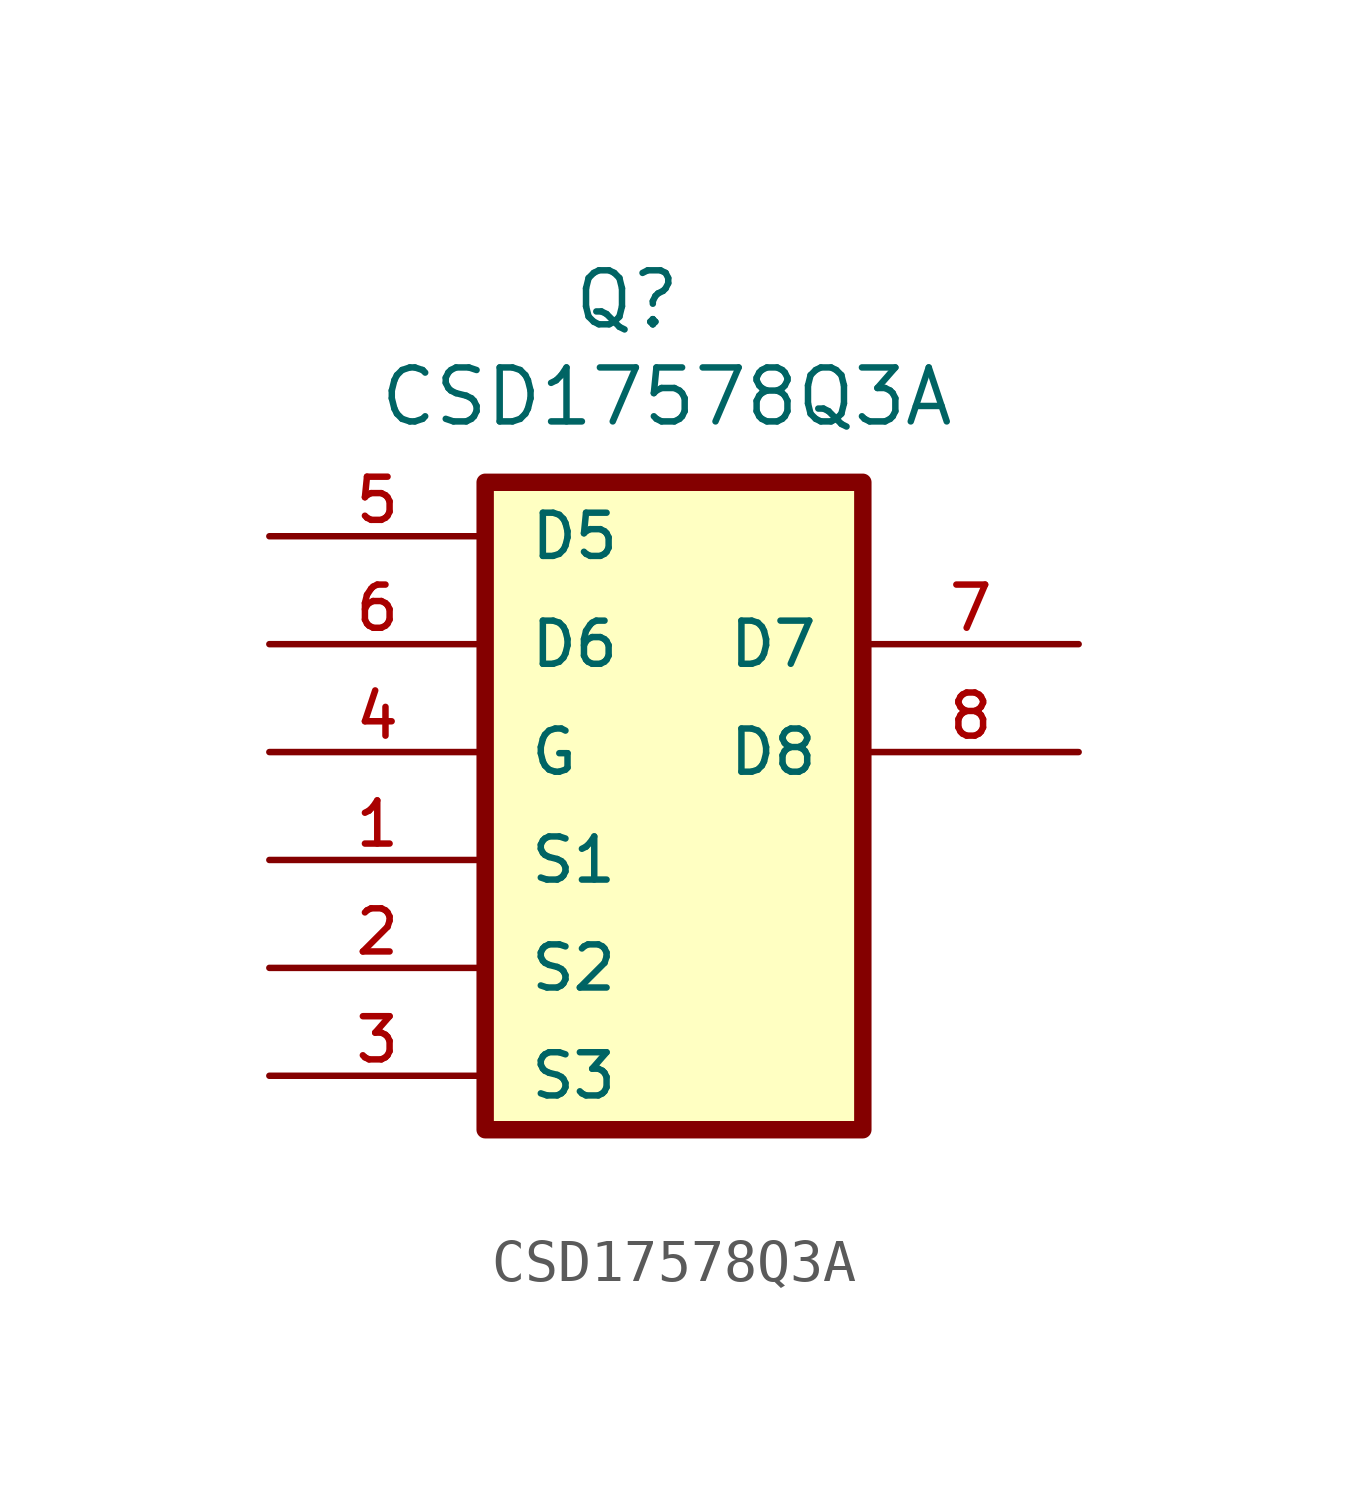
<source format=kicad_sym>
(kicad_symbol_lib
  (version 20241209)
  (generator "kicad_symbol_editor")
  (generator_version "9.0")
  (symbol "CSD17578Q3A"
    (pin_names
      (offset 1.016))
    (property "Reference" "Q"
      (at -1.778 9.906 0)
      (effects (font (size 1.27 1.27)) (justify left bottom)))
    (property "Value" "CSD17578Q3A"
      (at -6.35 7.62 0)
      (effects (font (size 1.27 1.27)) (justify left bottom)))
    (symbol "CSD17578Q3A_0_0"
      (rectangle (start -3.81 6.35) (end 5.08 -8.89) (stroke (width 0.41) (type default)) (fill (type background)))
      (pin bidirectional line (at -8.89 5.08 0) (length 5.08) (name "D5" (effects (font (size 1.016 1.016)))) (number "5" (effects (font (size 1.016 1.016)))))
      (pin bidirectional line (at -8.89 2.54 0) (length 5.08) (name "D6" (effects (font (size 1.016 1.016)))) (number "6" (effects (font (size 1.016 1.016)))))
      (pin bidirectional line (at -8.89 0 0) (length 5.08) (name "G" (effects (font (size 1.016 1.016)))) (number "4" (effects (font (size 1.016 1.016)))))
      (pin bidirectional line (at -8.89 -2.54 0) (length 5.08) (name "S1" (effects (font (size 1.016 1.016)))) (number "1" (effects (font (size 1.016 1.016)))))
      (pin bidirectional line (at -8.89 -5.08 0) (length 5.08) (name "S2" (effects (font (size 1.016 1.016)))) (number "2" (effects (font (size 1.016 1.016)))))
      (pin bidirectional line (at -8.89 -7.62 0) (length 5.08) (name "S3" (effects (font (size 1.016 1.016)))) (number "3" (effects (font (size 1.016 1.016)))))
      (pin bidirectional line (at 10.16 2.54 180) (length 5.08) (name "D7" (effects (font (size 1.016 1.016)))) (number "7" (effects (font (size 1.016 1.016)))))
      (pin bidirectional line (at 10.16 0 180) (length 5.08) (name "D8" (effects (font (size 1.016 1.016)))) (number "8" (effects (font (size 1.016 1.016))))))))
</source>
